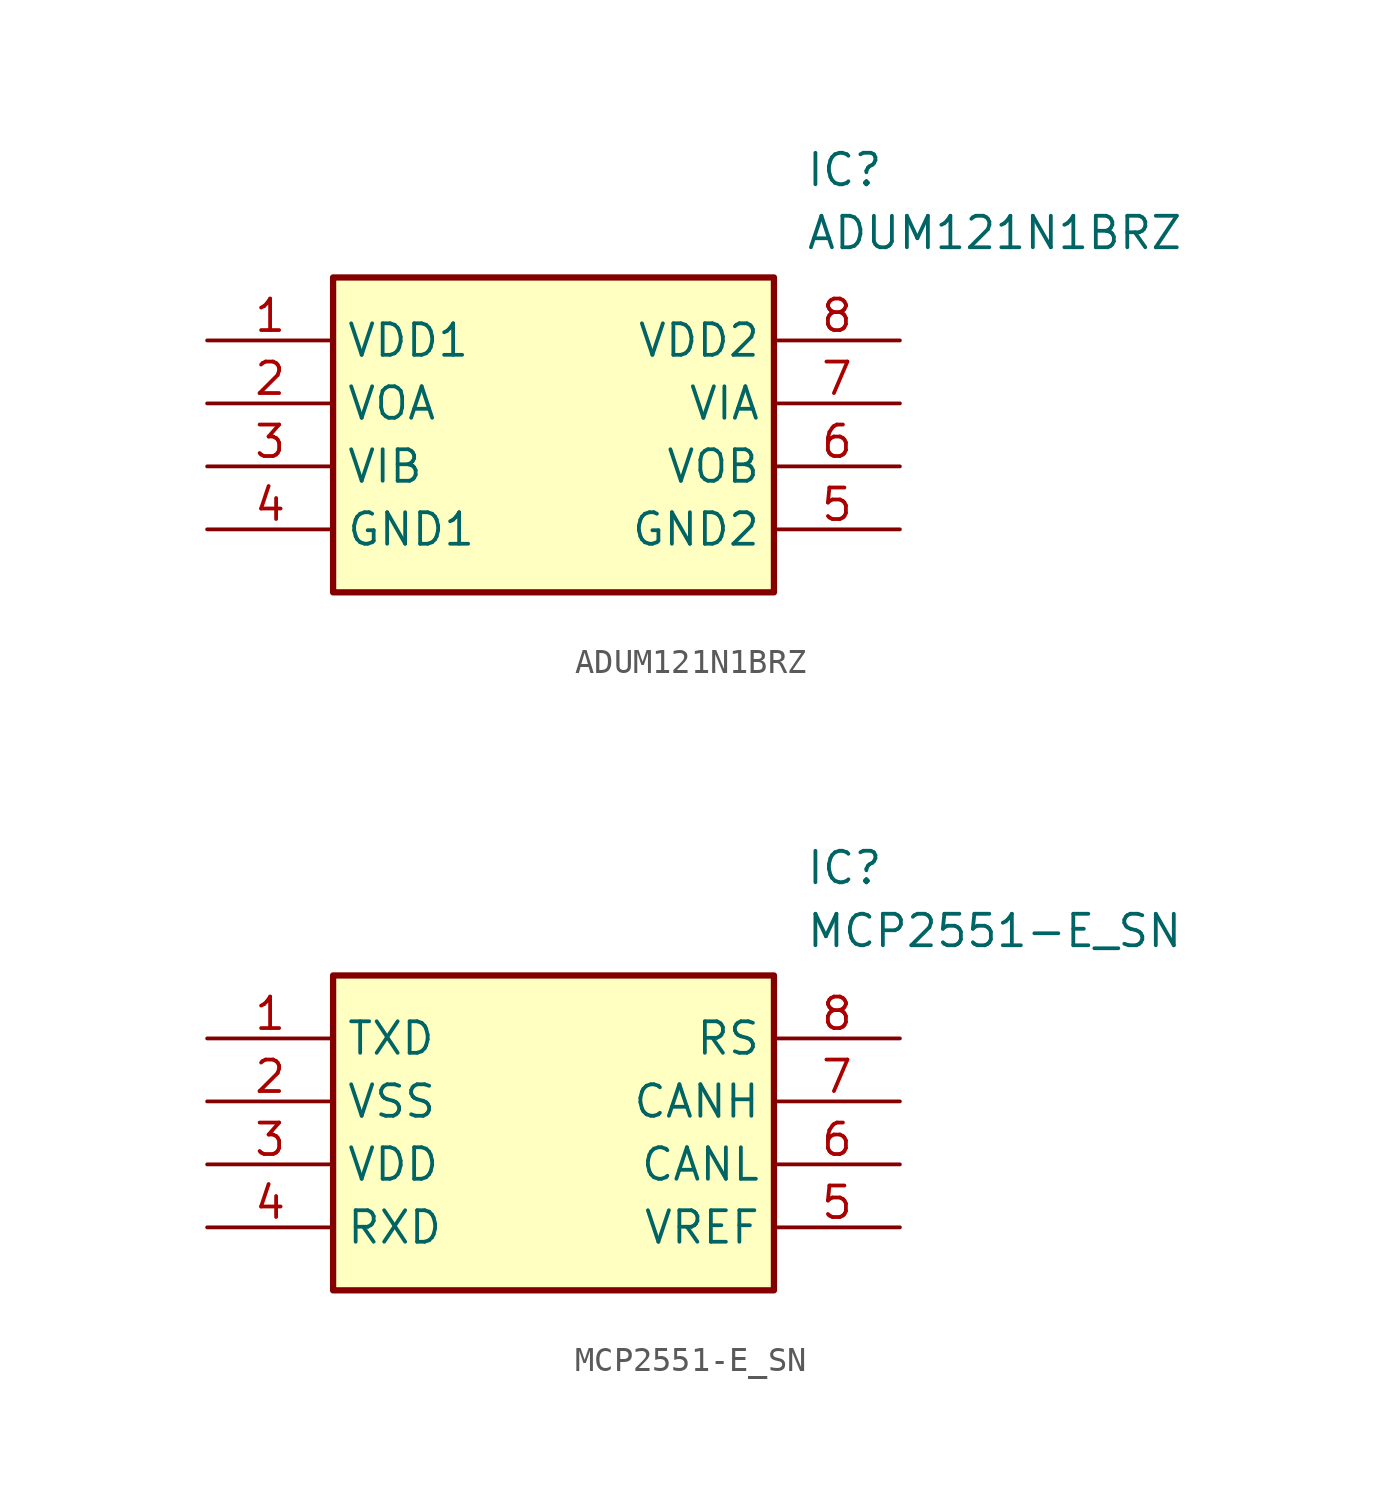
<source format=kicad_sym>
(kicad_symbol_lib
  (version 20231120)
  (generator "kicad_symbol_editor")
  (generator_version "8.0")
  (symbol "ADUM121N1BRZ"
    (property "Reference" "IC"
      (at 24.13 7.62 0)
      (effects (font (size 1.27 1.27)) (justify left top)))
    (property "Value" "ADUM121N1BRZ"
      (at 24.13 5.08 0)
      (effects (font (size 1.27 1.27)) (justify left top)))
    (symbol "ADUM121N1BRZ_1_1"
      (rectangle (start 5.08 2.54) (end 22.86 -10.16) (stroke (width 0.254) (type default)) (fill (type background)))
      (pin passive line (at 0 0 0) (length 5.08) (name "VDD1" (effects (font (size 1.27 1.27)))) (number "1" (effects (font (size 1.27 1.27)))))
      (pin passive line (at 0 -2.54 0) (length 5.08) (name "VOA" (effects (font (size 1.27 1.27)))) (number "2" (effects (font (size 1.27 1.27)))))
      (pin passive line (at 0 -5.08 0) (length 5.08) (name "VIB" (effects (font (size 1.27 1.27)))) (number "3" (effects (font (size 1.27 1.27)))))
      (pin passive line (at 0 -7.62 0) (length 5.08) (name "GND1" (effects (font (size 1.27 1.27)))) (number "4" (effects (font (size 1.27 1.27)))))
      (pin passive line (at 27.94 -7.62 180) (length 5.08) (name "GND2" (effects (font (size 1.27 1.27)))) (number "5" (effects (font (size 1.27 1.27)))))
      (pin passive line (at 27.94 -5.08 180) (length 5.08) (name "VOB" (effects (font (size 1.27 1.27)))) (number "6" (effects (font (size 1.27 1.27)))))
      (pin passive line (at 27.94 -2.54 180) (length 5.08) (name "VIA" (effects (font (size 1.27 1.27)))) (number "7" (effects (font (size 1.27 1.27)))))
      (pin passive line (at 27.94 0 180) (length 5.08) (name "VDD2" (effects (font (size 1.27 1.27)))) (number "8" (effects (font (size 1.27 1.27)))))))
  (symbol "MCP2551-E_SN"
    (property "Reference" "IC"
      (at 24.13 7.62 0)
      (effects (font (size 1.27 1.27)) (justify left top)))
    (property "Value" "MCP2551-E_SN"
      (at 24.13 5.08 0)
      (effects (font (size 1.27 1.27)) (justify left top)))
    (symbol "MCP2551-E_SN_1_1"
      (rectangle (start 5.08 2.54) (end 22.86 -10.16) (stroke (width 0.254) (type default)) (fill (type background)))
      (pin passive line (at 0 0 0) (length 5.08) (name "TXD" (effects (font (size 1.27 1.27)))) (number "1" (effects (font (size 1.27 1.27)))))
      (pin passive line (at 0 -2.54 0) (length 5.08) (name "VSS" (effects (font (size 1.27 1.27)))) (number "2" (effects (font (size 1.27 1.27)))))
      (pin passive line (at 0 -5.08 0) (length 5.08) (name "VDD" (effects (font (size 1.27 1.27)))) (number "3" (effects (font (size 1.27 1.27)))))
      (pin passive line (at 0 -7.62 0) (length 5.08) (name "RXD" (effects (font (size 1.27 1.27)))) (number "4" (effects (font (size 1.27 1.27)))))
      (pin passive line (at 27.94 -7.62 180) (length 5.08) (name "VREF" (effects (font (size 1.27 1.27)))) (number "5" (effects (font (size 1.27 1.27)))))
      (pin passive line (at 27.94 -5.08 180) (length 5.08) (name "CANL" (effects (font (size 1.27 1.27)))) (number "6" (effects (font (size 1.27 1.27)))))
      (pin passive line (at 27.94 -2.54 180) (length 5.08) (name "CANH" (effects (font (size 1.27 1.27)))) (number "7" (effects (font (size 1.27 1.27)))))
      (pin passive line (at 27.94 0 180) (length 5.08) (name "RS" (effects (font (size 1.27 1.27)))) (number "8" (effects (font (size 1.27 1.27))))))))
</source>
